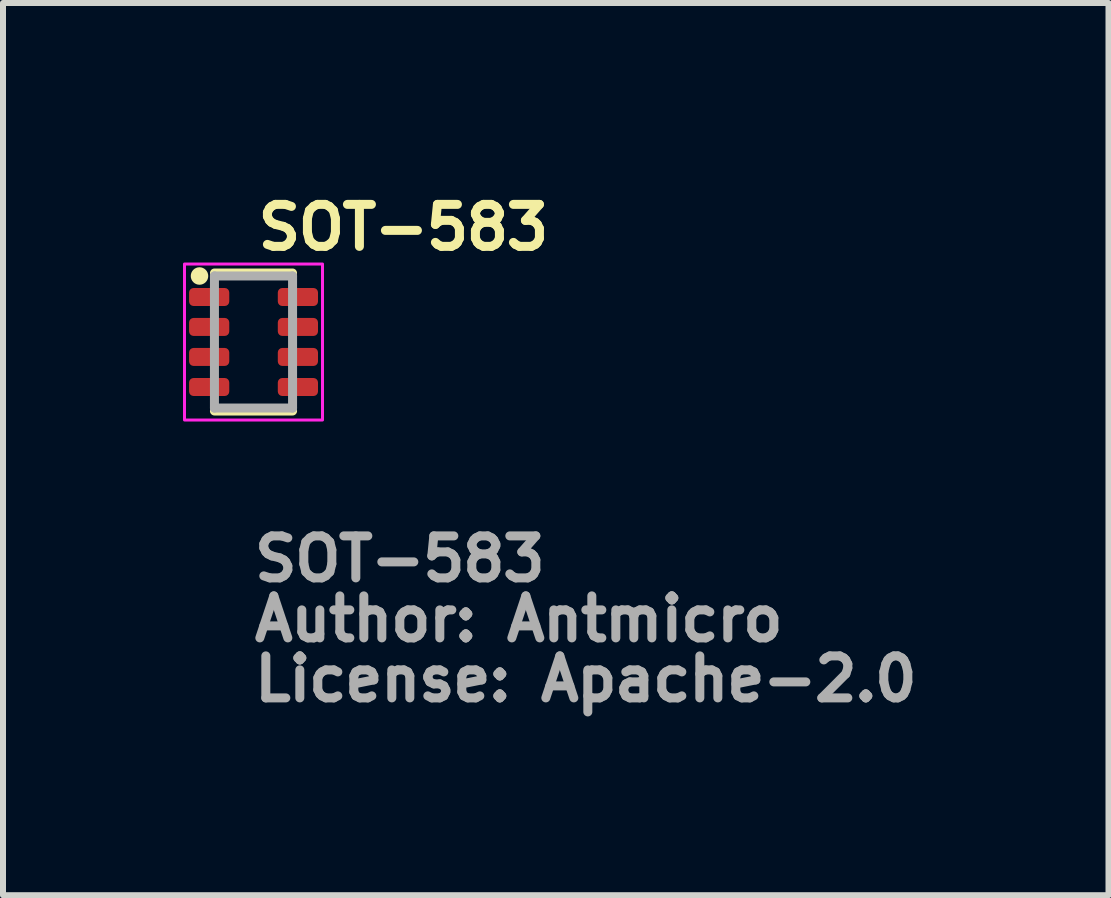
<source format=kicad_pcb>
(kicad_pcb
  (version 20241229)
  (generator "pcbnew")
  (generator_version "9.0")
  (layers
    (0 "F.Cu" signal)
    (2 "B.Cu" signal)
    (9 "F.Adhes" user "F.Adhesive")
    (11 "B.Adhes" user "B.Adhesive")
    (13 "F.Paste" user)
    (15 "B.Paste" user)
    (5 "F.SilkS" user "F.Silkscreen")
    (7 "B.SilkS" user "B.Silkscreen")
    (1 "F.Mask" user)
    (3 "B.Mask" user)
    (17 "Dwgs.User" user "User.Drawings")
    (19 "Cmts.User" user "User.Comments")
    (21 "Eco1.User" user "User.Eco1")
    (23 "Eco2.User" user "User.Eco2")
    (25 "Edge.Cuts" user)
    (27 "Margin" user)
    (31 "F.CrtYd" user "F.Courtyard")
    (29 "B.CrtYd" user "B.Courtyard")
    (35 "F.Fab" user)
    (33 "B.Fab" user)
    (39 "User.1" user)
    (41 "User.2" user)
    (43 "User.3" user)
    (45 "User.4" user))
  (footprint "SOT-583"
    (layer "F.Cu")
    (at 1.175 2.65)
    (property "Reference" "SOT-583" (at 0 -1.5 0) (layer "F.SilkS") (effects (font (size 0.7 0.7) (thickness 0.15)) (justify left bottom)))
    (attr smd)
    (fp_line (start -0.651 1.15) (end 0.651 1.15) (stroke (width 0.15) (type solid)) (layer "F.SilkS"))
    (fp_line (start -0.65 -1.15) (end 0.65 -1.15) (stroke (width 0.15) (type solid)) (layer "F.SilkS"))
    (fp_circle (center -0.9 -1.1) (end -0.85 -1.05) (stroke (width 0.15) (type solid)) (fill yes) (layer "F.SilkS"))
    (fp_rect (start -1.15 -1.3) (end 1.15 1.3) (stroke (width 0.05) (type solid)) (fill no) (layer "F.CrtYd"))
    (fp_line (start -0.651 -1.101) (end 0.651 -1.101) (stroke (width 0.15) (type solid)) (layer "F.Fab"))
    (fp_line (start -0.651 1.101) (end -0.651 -1.101) (stroke (width 0.15) (type solid)) (layer "F.Fab"))
    (fp_line (start -0.651 1.101) (end 0.651 1.101) (stroke (width 0.15) (type solid)) (layer "F.Fab"))
    (fp_line (start 0.651 1.101) (end 0.651 -1.101) (stroke (width 0.15) (type solid)) (layer "F.Fab"))
    (fp_rect (start -0.799 -1.05) (end 0.801 1.05) (stroke (width 0.1) (type solid)) (fill no) (layer "User.5"))
    (fp_line (start -0.799 -0.851) (end -0.799 -0.649) (stroke (width 0.02) (type solid)) (layer "User.9"))
    (fp_line (start -0.799 -0.649) (end -0.591 -0.649) (stroke (width 0.02) (type solid)) (layer "User.9"))
    (fp_line (start -0.799 -0.349) (end -0.799 -0.15) (stroke (width 0.02) (type solid)) (layer "User.9"))
    (fp_line (start -0.799 -0.15) (end -0.591 -0.15) (stroke (width 0.02) (type solid)) (layer "User.9"))
    (fp_line (start -0.799 0.15) (end -0.799 0.35) (stroke (width 0.02) (type solid)) (layer "User.9"))
    (fp_line (start -0.799 0.35) (end -0.591 0.35) (stroke (width 0.02) (type solid)) (layer "User.9"))
    (fp_line (start -0.799 0.65) (end -0.799 0.851) (stroke (width 0.02) (type solid)) (layer "User.9"))
    (fp_line (start -0.799 0.851) (end -0.591 0.851) (stroke (width 0.02) (type solid)) (layer "User.9"))
    (fp_line (start -0.599 -1.006) (end -0.598 -1.01) (stroke (width 0.02) (type solid)) (layer "User.9"))
    (fp_line (start -0.599 -1) (end -0.599 -1.006) (stroke (width 0.02) (type solid)) (layer "User.9"))
    (fp_line (start -0.599 -0.851) (end -0.599 -1) (stroke (width 0.02) (type solid)) (layer "User.9"))
    (fp_line (start -0.599 -0.349) (end -0.599 -0.649) (stroke (width 0.02) (type solid)) (layer "User.9"))
    (fp_line (start -0.599 0.15) (end -0.599 -0.15) (stroke (width 0.02) (type solid)) (layer "User.9"))
    (fp_line (start -0.599 0.65) (end -0.599 0.35) (stroke (width 0.02) (type solid)) (layer "User.9"))
    (fp_line (start -0.599 1) (end -0.599 0.851) (stroke (width 0.02) (type solid)) (layer "User.9"))
    (fp_line (start -0.599 1.006) (end -0.599 1) (stroke (width 0.02) (type solid)) (layer "User.9"))
    (fp_line (start -0.598 -1.012) (end -0.597 -1.014) (stroke (width 0.02) (type solid)) (layer "User.9"))
    (fp_line (start -0.598 -1.01) (end -0.598 -1.012) (stroke (width 0.02) (type solid)) (layer "User.9"))
    (fp_line (start -0.598 1.008) (end -0.599 1.006) (stroke (width 0.02) (type solid)) (layer "User.9"))
    (fp_line (start -0.598 1.012) (end -0.598 1.008) (stroke (width 0.02) (type solid)) (layer "User.9"))
    (fp_line (start -0.597 -1.016) (end -0.596 -1.02) (stroke (width 0.02) (type solid)) (layer "User.9"))
    (fp_line (start -0.597 -1.014) (end -0.597 -1.016) (stroke (width 0.02) (type solid)) (layer "User.9"))
    (fp_line (start -0.597 1.014) (end -0.598 1.012) (stroke (width 0.02) (type solid)) (layer "User.9"))
    (fp_line (start -0.597 1.016) (end -0.597 1.014) (stroke (width 0.02) (type solid)) (layer "User.9"))
    (fp_line (start -0.596 -1.02) (end -0.595 -1.022) (stroke (width 0.02) (type solid)) (layer "User.9"))
    (fp_line (start -0.596 1.018) (end -0.597 1.016) (stroke (width 0.02) (type solid)) (layer "User.9"))
    (fp_line (start -0.595 -1.024) (end -0.594 -1.026) (stroke (width 0.02) (type solid)) (layer "User.9"))
    (fp_line (start -0.595 -1.022) (end -0.595 -1.024) (stroke (width 0.02) (type solid)) (layer "User.9"))
    (fp_line (start -0.595 1.02) (end -0.596 1.018) (stroke (width 0.02) (type solid)) (layer "User.9"))
    (fp_line (start -0.595 1.022) (end -0.595 1.02) (stroke (width 0.02) (type solid)) (layer "User.9"))
    (fp_line (start -0.594 -1.026) (end -0.593 -1.028) (stroke (width 0.02) (type solid)) (layer "User.9"))
    (fp_line (start -0.594 1.024) (end -0.595 1.022) (stroke (width 0.02) (type solid)) (layer "User.9"))
    (fp_line (start -0.593 -1.028) (end -0.592 -1.03) (stroke (width 0.02) (type solid)) (layer "User.9"))
    (fp_line (start -0.593 1.026) (end -0.594 1.024) (stroke (width 0.02) (type solid)) (layer "User.9"))
    (fp_line (start -0.592 -1.03) (end -0.59 -1.032) (stroke (width 0.02) (type solid)) (layer "User.9"))
    (fp_line (start -0.592 1.028) (end -0.593 1.026) (stroke (width 0.02) (type solid)) (layer "User.9"))
    (fp_line (start -0.591 -0.851) (end -0.799 -0.851) (stroke (width 0.02) (type solid)) (layer "User.9"))
    (fp_line (start -0.591 -0.649) (end -0.591 -0.851) (stroke (width 0.02) (type solid)) (layer "User.9"))
    (fp_line (start -0.591 -0.349) (end -0.799 -0.349) (stroke (width 0.02) (type solid)) (layer "User.9"))
    (fp_line (start -0.591 -0.15) (end -0.591 -0.349) (stroke (width 0.02) (type solid)) (layer "User.9"))
    (fp_line (start -0.591 0.15) (end -0.799 0.15) (stroke (width 0.02) (type solid)) (layer "User.9"))
    (fp_line (start -0.591 0.35) (end -0.591 0.15) (stroke (width 0.02) (type solid)) (layer "User.9"))
    (fp_line (start -0.591 0.65) (end -0.799 0.65) (stroke (width 0.02) (type solid)) (layer "User.9"))
    (fp_line (start -0.591 0.851) (end -0.591 0.65) (stroke (width 0.02) (type solid)) (layer "User.9"))
    (fp_line (start -0.59 -1.032) (end -0.589 -1.034) (stroke (width 0.02) (type solid)) (layer "User.9"))
    (fp_line (start -0.59 1.03) (end -0.592 1.028) (stroke (width 0.02) (type solid)) (layer "User.9"))
    (fp_line (start -0.589 -1.034) (end -0.588 -1.036) (stroke (width 0.02) (type solid)) (layer "User.9"))
    (fp_line (start -0.589 1.032) (end -0.59 1.03) (stroke (width 0.02) (type solid)) (layer "User.9"))
    (fp_line (start -0.588 -1.036) (end -0.586 -1.036) (stroke (width 0.02) (type solid)) (layer "User.9"))
    (fp_line (start -0.588 1.034) (end -0.589 1.032) (stroke (width 0.02) (type solid)) (layer "User.9"))
    (fp_line (start -0.586 -1.036) (end -0.585 -1.038) (stroke (width 0.02) (type solid)) (layer "User.9"))
    (fp_line (start -0.586 1.036) (end -0.588 1.034) (stroke (width 0.02) (type solid)) (layer "User.9"))
    (fp_line (start -0.585 -1.038) (end -0.583 -1.038) (stroke (width 0.02) (type solid)) (layer "User.9"))
    (fp_line (start -0.585 1.038) (end -0.586 1.036) (stroke (width 0.02) (type solid)) (layer "User.9"))
    (fp_line (start -0.583 -1.038) (end -0.581 -1.04) (stroke (width 0.02) (type solid)) (layer "User.9"))
    (fp_line (start -0.583 1.038) (end -0.585 1.038) (stroke (width 0.02) (type solid)) (layer "User.9"))
    (fp_line (start -0.581 -1.04) (end -0.578 -1.042) (stroke (width 0.02) (type solid)) (layer "User.9"))
    (fp_line (start -0.581 1.04) (end -0.583 1.038) (stroke (width 0.02) (type solid)) (layer "User.9"))
    (fp_line (start -0.578 -1.042) (end -0.576 -1.042) (stroke (width 0.02) (type solid)) (layer "User.9"))
    (fp_line (start -0.578 1.042) (end -0.581 1.04) (stroke (width 0.02) (type solid)) (layer "User.9"))
    (fp_line (start -0.576 -1.042) (end -0.574 -1.044) (stroke (width 0.02) (type solid)) (layer "User.9"))
    (fp_line (start -0.576 1.042) (end -0.578 1.042) (stroke (width 0.02) (type solid)) (layer "User.9"))
    (fp_line (start -0.574 -1.044) (end -0.572 -1.044) (stroke (width 0.02) (type solid)) (layer "User.9"))
    (fp_line (start -0.574 1.042) (end -0.576 1.042) (stroke (width 0.02) (type solid)) (layer "User.9"))
    (fp_line (start -0.572 -1.044) (end -0.57 -1.046) (stroke (width 0.02) (type solid)) (layer "User.9"))
    (fp_line (start -0.572 1.044) (end -0.574 1.042) (stroke (width 0.02) (type solid)) (layer "User.9"))
    (fp_line (start -0.57 -1.046) (end -0.568 -1.046) (stroke (width 0.02) (type solid)) (layer "User.9"))
    (fp_line (start -0.57 1.044) (end -0.572 1.044) (stroke (width 0.02) (type solid)) (layer "User.9"))
    (fp_line (start -0.568 -1.046) (end -0.565 -1.048) (stroke (width 0.02) (type solid)) (layer "User.9"))
    (fp_line (start -0.568 1.046) (end -0.57 1.044) (stroke (width 0.02) (type solid)) (layer "User.9"))
    (fp_line (start -0.565 -1.048) (end -0.564 -1.048) (stroke (width 0.02) (type solid)) (layer "User.9"))
    (fp_line (start -0.565 1.046) (end -0.568 1.046) (stroke (width 0.02) (type solid)) (layer "User.9"))
    (fp_line (start -0.564 -1.048) (end -0.562 -1.048) (stroke (width 0.02) (type solid)) (layer "User.9"))
    (fp_line (start -0.564 1.046) (end -0.565 1.046) (stroke (width 0.02) (type solid)) (layer "User.9"))
    (fp_line (start -0.562 -1.048) (end -0.559 -1.048) (stroke (width 0.02) (type solid)) (layer "User.9"))
    (fp_line (start -0.562 1.048) (end -0.564 1.046) (stroke (width 0.02) (type solid)) (layer "User.9"))
    (fp_line (start -0.559 -1.048) (end -0.556 -1.05) (stroke (width 0.02) (type solid)) (layer "User.9"))
    (fp_line (start -0.559 1.048) (end -0.562 1.048) (stroke (width 0.02) (type solid)) (layer "User.9"))
    (fp_line (start -0.556 -1.05) (end -0.551 -1.05) (stroke (width 0.02) (type solid)) (layer "User.9"))
    (fp_line (start -0.556 1.048) (end -0.559 1.048) (stroke (width 0.02) (type solid)) (layer "User.9"))
    (fp_line (start -0.554 -0.962) (end -0.554 -0.959) (stroke (width 0.02) (type solid)) (layer "User.9"))
    (fp_line (start -0.554 -0.959) (end -0.554 -0.958) (stroke (width 0.02) (type solid)) (layer "User.9"))
    (fp_line (start -0.554 -0.958) (end -0.554 -0.955) (stroke (width 0.02) (type solid)) (layer "User.9"))
    (fp_line (start -0.553 -0.967) (end -0.553 -0.964) (stroke (width 0.02) (type solid)) (layer "User.9"))
    (fp_line (start -0.553 -0.964) (end -0.554 -0.962) (stroke (width 0.02) (type solid)) (layer "User.9"))
    (fp_line (start -0.552 -0.969) (end -0.553 -0.967) (stroke (width 0.02) (type solid)) (layer "User.9"))
    (fp_line (start -0.551 -0.971) (end -0.552 -0.969) (stroke (width 0.02) (type solid)) (layer "User.9"))
    (fp_line (start -0.551 1.05) (end -0.556 1.048) (stroke (width 0.02) (type solid)) (layer "User.9"))
    (fp_line (start -0.55 -0.974) (end -0.551 -0.971) (stroke (width 0.02) (type solid)) (layer "User.9"))
    (fp_line (start -0.549 -0.977) (end -0.55 -0.974) (stroke (width 0.02) (type solid)) (layer "User.9"))
    (fp_line (start -0.547 -0.979) (end -0.549 -0.977) (stroke (width 0.02) (type solid)) (layer "User.9"))
    (fp_line (start -0.546 -0.981) (end -0.547 -0.979) (stroke (width 0.02) (type solid)) (layer "User.9"))
    (fp_line (start -0.545 -0.983) (end -0.546 -0.981) (stroke (width 0.02) (type solid)) (layer "User.9"))
    (fp_line (start -0.543 -0.985) (end -0.545 -0.983) (stroke (width 0.02) (type solid)) (layer "User.9"))
    (fp_line (start -0.542 -0.987) (end -0.543 -0.985) (stroke (width 0.02) (type solid)) (layer "User.9"))
    (fp_line (start -0.54 -0.989) (end -0.542 -0.987) (stroke (width 0.02) (type solid)) (layer "User.9"))
    (fp_line (start -0.538 -0.99) (end -0.54 -0.989) (stroke (width 0.02) (type solid)) (layer "User.9"))
    (fp_line (start -0.537 -0.991) (end -0.538 -0.99) (stroke (width 0.02) (type solid)) (layer "User.9"))
    (fp_line (start -0.535 -0.993) (end -0.537 -0.991) (stroke (width 0.02) (type solid)) (layer "User.9"))
    (fp_line (start -0.533 -0.994) (end -0.535 -0.993) (stroke (width 0.02) (type solid)) (layer "User.9"))
    (fp_line (start -0.531 -0.996) (end -0.533 -0.994) (stroke (width 0.02) (type solid)) (layer "User.9"))
    (fp_line (start -0.53 -0.997) (end -0.531 -0.996) (stroke (width 0.02) (type solid)) (layer "User.9"))
    (fp_line (start -0.528 -0.998) (end -0.53 -0.997) (stroke (width 0.02) (type solid)) (layer "User.9"))
    (fp_line (start -0.526 -0.999) (end -0.528 -0.998) (stroke (width 0.02) (type solid)) (layer "User.9"))
    (fp_line (start -0.524 -1) (end -0.526 -0.999) (stroke (width 0.02) (type solid)) (layer "User.9"))
    (fp_line (start -0.521 -1) (end -0.524 -1) (stroke (width 0.02) (type solid)) (layer "User.9"))
    (fp_line (start -0.519 -1.002) (end -0.521 -1) (stroke (width 0.02) (type solid)) (layer "User.9"))
    (fp_line (start -0.517 -1.002) (end -0.519 -1.002) (stroke (width 0.02) (type solid)) (layer "User.9"))
    (fp_line (start -0.513 -1.002) (end -0.517 -1.002) (stroke (width 0.02) (type solid)) (layer "User.9"))
    (fp_line (start -0.511 -1.004) (end -0.513 -1.002) (stroke (width 0.02) (type solid)) (layer "User.9"))
    (fp_line (start -0.508 -1.004) (end -0.511 -1.004) (stroke (width 0.02) (type solid)) (layer "User.9"))
    (fp_line (start -0.506 -1.004) (end -0.508 -1.004) (stroke (width 0.02) (type solid)) (layer "User.9"))
    (fp_line (start -0.503 -1.004) (end -0.506 -1.004) (stroke (width 0.02) (type solid)) (layer "User.9"))
    (fp_line (start -0.503 -0.955) (end -0.503 -1.004) (stroke (width 0.02) (type solid)) (layer "User.9"))
    (fp_line (start -0.503 0.954) (end -0.554 0.954) (stroke (width 0.02) (type solid)) (layer "User.9"))
    (fp_line (start -0.503 1.004) (end -0.503 0.954) (stroke (width 0.02) (type solid)) (layer "User.9"))
    (fp_line (start 0.504 -0.955) (end 0.553 -0.955) (stroke (width 0.02) (type solid)) (layer "User.9"))
    (fp_line (start 0.504 0.954) (end 0.504 1.004) (stroke (width 0.02) (type solid)) (layer "User.9"))
    (fp_line (start 0.504 1.004) (end 0.506 1.004) (stroke (width 0.02) (type solid)) (layer "User.9"))
    (fp_line (start 0.506 -1.004) (end 0.504 -1.004) (stroke (width 0.02) (type solid)) (layer "User.9"))
    (fp_line (start 0.506 1.004) (end 0.508 1.004) (stroke (width 0.02) (type solid)) (layer "User.9"))
    (fp_line (start 0.508 -1.004) (end 0.506 -1.004) (stroke (width 0.02) (type solid)) (layer "User.9"))
    (fp_line (start 0.508 1.004) (end 0.512 1.004) (stroke (width 0.02) (type solid)) (layer "User.9"))
    (fp_line (start 0.512 -1.004) (end 0.508 -1.004) (stroke (width 0.02) (type solid)) (layer "User.9"))
    (fp_line (start 0.512 1.004) (end 0.514 1.002) (stroke (width 0.02) (type solid)) (layer "User.9"))
    (fp_line (start 0.514 -1.002) (end 0.512 -1.004) (stroke (width 0.02) (type solid)) (layer "User.9"))
    (fp_line (start 0.514 1.002) (end 0.516 1.002) (stroke (width 0.02) (type solid)) (layer "User.9"))
    (fp_line (start 0.516 -1.002) (end 0.514 -1.002) (stroke (width 0.02) (type solid)) (layer "User.9"))
    (fp_line (start 0.516 1.002) (end 0.518 1.002) (stroke (width 0.02) (type solid)) (layer "User.9"))
    (fp_line (start 0.518 -1.002) (end 0.516 -1.002) (stroke (width 0.02) (type solid)) (layer "User.9"))
    (fp_line (start 0.518 1.002) (end 0.52 1) (stroke (width 0.02) (type solid)) (layer "User.9"))
    (fp_line (start 0.52 -1) (end 0.518 -1.002) (stroke (width 0.02) (type solid)) (layer "User.9"))
    (fp_line (start 0.52 1) (end 0.524 1) (stroke (width 0.02) (type solid)) (layer "User.9"))
    (fp_line (start 0.524 -1) (end 0.52 -1) (stroke (width 0.02) (type solid)) (layer "User.9"))
    (fp_line (start 0.524 1) (end 0.526 0.998) (stroke (width 0.02) (type solid)) (layer "User.9"))
    (fp_line (start 0.526 -0.999) (end 0.524 -1) (stroke (width 0.02) (type solid)) (layer "User.9"))
    (fp_line (start 0.526 0.998) (end 0.528 0.998) (stroke (width 0.02) (type solid)) (layer "User.9"))
    (fp_line (start 0.528 -0.998) (end 0.526 -0.999) (stroke (width 0.02) (type solid)) (layer "User.9"))
    (fp_line (start 0.528 0.998) (end 0.53 0.996) (stroke (width 0.02) (type solid)) (layer "User.9"))
    (fp_line (start 0.53 -0.997) (end 0.528 -0.998) (stroke (width 0.02) (type solid)) (layer "User.9"))
    (fp_line (start 0.53 0.996) (end 0.532 0.996) (stroke (width 0.02) (type solid)) (layer "User.9"))
    (fp_line (start 0.532 -0.996) (end 0.53 -0.997) (stroke (width 0.02) (type solid)) (layer "User.9"))
    (fp_line (start 0.532 0.996) (end 0.534 0.994) (stroke (width 0.02) (type solid)) (layer "User.9"))
    (fp_line (start 0.534 -0.994) (end 0.532 -0.996) (stroke (width 0.02) (type solid)) (layer "User.9"))
    (fp_line (start 0.534 0.994) (end 0.536 0.992) (stroke (width 0.02) (type solid)) (layer "User.9"))
    (fp_line (start 0.536 -0.993) (end 0.534 -0.994) (stroke (width 0.02) (type solid)) (layer "User.9"))
    (fp_line (start 0.536 0.992) (end 0.538 0.99) (stroke (width 0.02) (type solid)) (layer "User.9"))
    (fp_line (start 0.538 -0.991) (end 0.536 -0.993) (stroke (width 0.02) (type solid)) (layer "User.9"))
    (fp_line (start 0.538 -0.99) (end 0.538 -0.991) (stroke (width 0.02) (type solid)) (layer "User.9"))
    (fp_line (start 0.538 0.988) (end 0.541 0.988) (stroke (width 0.02) (type solid)) (layer "User.9"))
    (fp_line (start 0.538 0.99) (end 0.538 0.988) (stroke (width 0.02) (type solid)) (layer "User.9"))
    (fp_line (start 0.541 -0.989) (end 0.538 -0.99) (stroke (width 0.02) (type solid)) (layer "User.9"))
    (fp_line (start 0.541 0.988) (end 0.543 0.986) (stroke (width 0.02) (type solid)) (layer "User.9"))
    (fp_line (start 0.543 -0.987) (end 0.541 -0.989) (stroke (width 0.02) (type solid)) (layer "User.9"))
    (fp_line (start 0.543 -0.985) (end 0.543 -0.987) (stroke (width 0.02) (type solid)) (layer "User.9"))
    (fp_line (start 0.543 0.984) (end 0.545 0.982) (stroke (width 0.02) (type solid)) (layer "User.9"))
    (fp_line (start 0.543 0.986) (end 0.543 0.984) (stroke (width 0.02) (type solid)) (layer "User.9"))
    (fp_line (start 0.545 -0.983) (end 0.543 -0.985) (stroke (width 0.02) (type solid)) (layer "User.9"))
    (fp_line (start 0.545 0.982) (end 0.547 0.98) (stroke (width 0.02) (type solid)) (layer "User.9"))
    (fp_line (start 0.547 -0.981) (end 0.545 -0.983) (stroke (width 0.02) (type solid)) (layer "User.9"))
    (fp_line (start 0.547 -0.979) (end 0.547 -0.981) (stroke (width 0.02) (type solid)) (layer "User.9"))
    (fp_line (start 0.547 0.978) (end 0.549 0.976) (stroke (width 0.02) (type solid)) (layer "User.9"))
    (fp_line (start 0.547 0.98) (end 0.547 0.978) (stroke (width 0.02) (type solid)) (layer "User.9"))
    (fp_line (start 0.549 -0.977) (end 0.547 -0.979) (stroke (width 0.02) (type solid)) (layer "User.9"))
    (fp_line (start 0.549 -0.974) (end 0.549 -0.977) (stroke (width 0.02) (type solid)) (layer "User.9"))
    (fp_line (start 0.549 0.974) (end 0.551 0.97) (stroke (width 0.02) (type solid)) (layer "User.9"))
    (fp_line (start 0.549 0.976) (end 0.549 0.974) (stroke (width 0.02) (type solid)) (layer "User.9"))
    (fp_line (start 0.551 -1.05) (end -0.551 -1.05) (stroke (width 0.02) (type solid)) (layer "User.9"))
    (fp_line (start 0.551 -1.05) (end 0.555 -1.05) (stroke (width 0.02) (type solid)) (layer "User.9"))
    (fp_line (start 0.551 -0.971) (end 0.549 -0.974) (stroke (width 0.02) (type solid)) (layer "User.9"))
    (fp_line (start 0.551 -0.969) (end 0.551 -0.971) (stroke (width 0.02) (type solid)) (layer "User.9"))
    (fp_line (start 0.551 0.968) (end 0.553 0.966) (stroke (width 0.02) (type solid)) (layer "User.9"))
    (fp_line (start 0.551 0.97) (end 0.551 0.968) (stroke (width 0.02) (type solid)) (layer "User.9"))
    (fp_line (start 0.551 1.05) (end -0.551 1.05) (stroke (width 0.02) (type solid)) (layer "User.9"))
    (fp_line (start 0.553 -0.967) (end 0.551 -0.969) (stroke (width 0.02) (type solid)) (layer "User.9"))
    (fp_line (start 0.553 -0.964) (end 0.553 -0.967) (stroke (width 0.02) (type solid)) (layer "User.9"))
    (fp_line (start 0.553 -0.962) (end 0.553 -0.964) (stroke (width 0.02) (type solid)) (layer "User.9"))
    (fp_line (start 0.553 -0.959) (end 0.553 -0.962) (stroke (width 0.02) (type solid)) (layer "User.9"))
    (fp_line (start 0.553 -0.958) (end 0.553 -0.959) (stroke (width 0.02) (type solid)) (layer "User.9"))
    (fp_line (start 0.553 -0.955) (end 0.553 -0.958) (stroke (width 0.02) (type solid)) (layer "User.9"))
    (fp_line (start 0.553 0.956) (end 0.553 0.954) (stroke (width 0.02) (type solid)) (layer "User.9"))
    (fp_line (start 0.553 0.958) (end 0.553 0.956) (stroke (width 0.02) (type solid)) (layer "User.9"))
    (fp_line (start 0.553 0.962) (end 0.553 0.958) (stroke (width 0.02) (type solid)) (layer "User.9"))
    (fp_line (start 0.553 0.964) (end 0.553 0.962) (stroke (width 0.02) (type solid)) (layer "User.9"))
    (fp_line (start 0.553 0.966) (end 0.553 0.964) (stroke (width 0.02) (type solid)) (layer "User.9"))
    (fp_line (start 0.555 -1.05) (end 0.559 -1.048) (stroke (width 0.02) (type solid)) (layer "User.9"))
    (fp_line (start 0.555 1.048) (end 0.551 1.05) (stroke (width 0.02) (type solid)) (layer "User.9"))
    (fp_line (start 0.559 -1.048) (end 0.561 -1.048) (stroke (width 0.02) (type solid)) (layer "User.9"))
    (fp_line (start 0.559 1.048) (end 0.555 1.048) (stroke (width 0.02) (type solid)) (layer "User.9"))
    (fp_line (start 0.561 -1.048) (end 0.563 -1.048) (stroke (width 0.02) (type solid)) (layer "User.9"))
    (fp_line (start 0.561 1.048) (end 0.559 1.048) (stroke (width 0.02) (type solid)) (layer "User.9"))
    (fp_line (start 0.563 -1.048) (end 0.565 -1.048) (stroke (width 0.02) (type solid)) (layer "User.9"))
    (fp_line (start 0.563 1.046) (end 0.561 1.048) (stroke (width 0.02) (type solid)) (layer "User.9"))
    (fp_line (start 0.565 -1.048) (end 0.569 -1.046) (stroke (width 0.02) (type solid)) (layer "User.9"))
    (fp_line (start 0.565 1.046) (end 0.563 1.046) (stroke (width 0.02) (type solid)) (layer "User.9"))
    (fp_line (start 0.569 -1.046) (end 0.571 -1.046) (stroke (width 0.02) (type solid)) (layer "User.9"))
    (fp_line (start 0.569 1.046) (end 0.565 1.046) (stroke (width 0.02) (type solid)) (layer "User.9"))
    (fp_line (start 0.571 -1.046) (end 0.573 -1.044) (stroke (width 0.02) (type solid)) (layer "User.9"))
    (fp_line (start 0.571 1.044) (end 0.569 1.046) (stroke (width 0.02) (type solid)) (layer "User.9"))
    (fp_line (start 0.573 -1.044) (end 0.575 -1.044) (stroke (width 0.02) (type solid)) (layer "User.9"))
    (fp_line (start 0.573 1.044) (end 0.571 1.044) (stroke (width 0.02) (type solid)) (layer "User.9"))
    (fp_line (start 0.575 -1.044) (end 0.577 -1.042) (stroke (width 0.02) (type solid)) (layer "User.9"))
    (fp_line (start 0.575 1.042) (end 0.573 1.044) (stroke (width 0.02) (type solid)) (layer "User.9"))
    (fp_line (start 0.577 -1.042) (end 0.579 -1.042) (stroke (width 0.02) (type solid)) (layer "User.9"))
    (fp_line (start 0.577 1.042) (end 0.575 1.042) (stroke (width 0.02) (type solid)) (layer "User.9"))
    (fp_line (start 0.579 -1.042) (end 0.581 -1.04) (stroke (width 0.02) (type solid)) (layer "User.9"))
    (fp_line (start 0.579 1.042) (end 0.577 1.042) (stroke (width 0.02) (type solid)) (layer "User.9"))
    (fp_line (start 0.581 -1.04) (end 0.583 -1.038) (stroke (width 0.02) (type solid)) (layer "User.9"))
    (fp_line (start 0.581 1.04) (end 0.579 1.042) (stroke (width 0.02) (type solid)) (layer "User.9"))
    (fp_line (start 0.583 -1.038) (end 0.585 -1.038) (stroke (width 0.02) (type solid)) (layer "User.9"))
    (fp_line (start 0.583 1.038) (end 0.581 1.04) (stroke (width 0.02) (type solid)) (layer "User.9"))
    (fp_line (start 0.585 -1.038) (end 0.585 -1.036) (stroke (width 0.02) (type solid)) (layer "User.9"))
    (fp_line (start 0.585 -1.036) (end 0.587 -1.036) (stroke (width 0.02) (type solid)) (layer "User.9"))
    (fp_line (start 0.585 1.036) (end 0.585 1.038) (stroke (width 0.02) (type solid)) (layer "User.9"))
    (fp_line (start 0.585 1.038) (end 0.583 1.038) (stroke (width 0.02) (type solid)) (layer "User.9"))
    (fp_line (start 0.587 -1.036) (end 0.589 -1.034) (stroke (width 0.02) (type solid)) (layer "User.9"))
    (fp_line (start 0.587 1.034) (end 0.585 1.036) (stroke (width 0.02) (type solid)) (layer "User.9"))
    (fp_line (start 0.589 -1.034) (end 0.589 -1.032) (stroke (width 0.02) (type solid)) (layer "User.9"))
    (fp_line (start 0.589 -1.032) (end 0.591 -1.03) (stroke (width 0.02) (type solid)) (layer "User.9"))
    (fp_line (start 0.589 1.03) (end 0.589 1.032) (stroke (width 0.02) (type solid)) (layer "User.9"))
    (fp_line (start 0.589 1.032) (end 0.587 1.034) (stroke (width 0.02) (type solid)) (layer "User.9"))
    (fp_line (start 0.591 -1.03) (end 0.593 -1.028) (stroke (width 0.02) (type solid)) (layer "User.9"))
    (fp_line (start 0.591 -0.851) (end 0.801 -0.851) (stroke (width 0.02) (type solid)) (layer "User.9"))
    (fp_line (start 0.591 -0.649) (end 0.591 -0.851) (stroke (width 0.02) (type solid)) (layer "User.9"))
    (fp_line (start 0.591 -0.349) (end 0.801 -0.349) (stroke (width 0.02) (type solid)) (layer "User.9"))
    (fp_line (start 0.591 -0.15) (end 0.591 -0.349) (stroke (width 0.02) (type solid)) (layer "User.9"))
    (fp_line (start 0.591 0.15) (end 0.801 0.15) (stroke (width 0.02) (type solid)) (layer "User.9"))
    (fp_line (start 0.591 0.35) (end 0.591 0.15) (stroke (width 0.02) (type solid)) (layer "User.9"))
    (fp_line (start 0.591 0.65) (end 0.801 0.65) (stroke (width 0.02) (type solid)) (layer "User.9"))
    (fp_line (start 0.591 0.851) (end 0.591 0.65) (stroke (width 0.02) (type solid)) (layer "User.9"))
    (fp_line (start 0.591 1.028) (end 0.589 1.03) (stroke (width 0.02) (type solid)) (layer "User.9"))
    (fp_line (start 0.593 -1.028) (end 0.593 -1.026) (stroke (width 0.02) (type solid)) (layer "User.9"))
    (fp_line (start 0.593 -1.026) (end 0.595 -1.024) (stroke (width 0.02) (type solid)) (layer "User.9"))
    (fp_line (start 0.593 1.024) (end 0.593 1.026) (stroke (width 0.02) (type solid)) (layer "User.9"))
    (fp_line (start 0.593 1.026) (end 0.591 1.028) (stroke (width 0.02) (type solid)) (layer "User.9"))
    (fp_line (start 0.595 -1.024) (end 0.595 -1.022) (stroke (width 0.02) (type solid)) (layer "User.9"))
    (fp_line (start 0.595 -1.022) (end 0.597 -1.02) (stroke (width 0.02) (type solid)) (layer "User.9"))
    (fp_line (start 0.595 1.02) (end 0.595 1.022) (stroke (width 0.02) (type solid)) (layer "User.9"))
    (fp_line (start 0.595 1.022) (end 0.593 1.024) (stroke (width 0.02) (type solid)) (layer "User.9"))
    (fp_line (start 0.597 -1.02) (end 0.597 -1.016) (stroke (width 0.02) (type solid)) (layer "User.9"))
    (fp_line (start 0.597 -1.016) (end 0.597 -1.014) (stroke (width 0.02) (type solid)) (layer "User.9"))
    (fp_line (start 0.597 -1.014) (end 0.599 -1.012) (stroke (width 0.02) (type solid)) (layer "User.9"))
    (fp_line (start 0.597 1.014) (end 0.597 1.016) (stroke (width 0.02) (type solid)) (layer "User.9"))
    (fp_line (start 0.597 1.016) (end 0.597 1.018) (stroke (width 0.02) (type solid)) (layer "User.9"))
    (fp_line (start 0.597 1.018) (end 0.595 1.02) (stroke (width 0.02) (type solid)) (layer "User.9"))
    (fp_line (start 0.599 -1.012) (end 0.599 -1.01) (stroke (width 0.02) (type solid)) (layer "User.9"))
    (fp_line (start 0.599 -1.01) (end 0.599 -1.006) (stroke (width 0.02) (type solid)) (layer "User.9"))
    (fp_line (start 0.599 -1.006) (end 0.601 -1) (stroke (width 0.02) (type solid)) (layer "User.9"))
    (fp_line (start 0.599 1.006) (end 0.599 1.008) (stroke (width 0.02) (type solid)) (layer "User.9"))
    (fp_line (start 0.599 1.008) (end 0.599 1.012) (stroke (width 0.02) (type solid)) (layer "User.9"))
    (fp_line (start 0.599 1.012) (end 0.597 1.014) (stroke (width 0.02) (type solid)) (layer "User.9"))
    (fp_line (start 0.601 -0.851) (end 0.601 -1) (stroke (width 0.02) (type solid)) (layer "User.9"))
    (fp_line (start 0.601 -0.349) (end 0.601 -0.649) (stroke (width 0.02) (type solid)) (layer "User.9"))
    (fp_line (start 0.601 0.15) (end 0.601 -0.15) (stroke (width 0.02) (type solid)) (layer "User.9"))
    (fp_line (start 0.601 0.65) (end 0.601 0.35) (stroke (width 0.02) (type solid)) (layer "User.9"))
    (fp_line (start 0.601 1) (end 0.599 1.006) (stroke (width 0.02) (type solid)) (layer "User.9"))
    (fp_line (start 0.601 1) (end 0.601 0.851) (stroke (width 0.02) (type solid)) (layer "User.9"))
    (fp_line (start 0.801 -0.851) (end 0.801 -0.649) (stroke (width 0.02) (type solid)) (layer "User.9"))
    (fp_line (start 0.801 -0.649) (end 0.591 -0.649) (stroke (width 0.02) (type solid)) (layer "User.9"))
    (fp_line (start 0.801 -0.349) (end 0.801 -0.15) (stroke (width 0.02) (type solid)) (layer "User.9"))
    (fp_line (start 0.801 -0.15) (end 0.591 -0.15) (stroke (width 0.02) (type solid)) (layer "User.9"))
    (fp_line (start 0.801 0.15) (end 0.801 0.35) (stroke (width 0.02) (type solid)) (layer "User.9"))
    (fp_line (start 0.801 0.35) (end 0.591 0.35) (stroke (width 0.02) (type solid)) (layer "User.9"))
    (fp_line (start 0.801 0.65) (end 0.801 0.851) (stroke (width 0.02) (type solid)) (layer "User.9"))
    (fp_line (start 0.801 0.851) (end 0.591 0.851) (stroke (width 0.02) (type solid)) (layer "User.9"))
    (fp_text user "License: Apache-2.0" (at -0.06 6.025 0) (layer "F.Fab") (effects (font (size 0.7 0.7) (thickness 0.15)) (justify left bottom)))
    (fp_text user "${REFERENCE}" (at -0.06 4.025 0) (layer "F.Fab") (effects (font (size 0.7 0.7) (thickness 0.15)) (justify left bottom)))
    (fp_text user "Author: Antmicro" (at -0.06 5.025 0) (layer "F.Fab") (effects (font (size 0.7 0.7) (thickness 0.15)) (justify left bottom)))
    (pad "1" smd roundrect (at -0.739 -0.75) (size 0.67 0.3) (layers "F.Cu" "F.Mask" "F.Paste") (roundrect_rratio 0.25))
    (pad "2" smd roundrect (at -0.739 -0.251) (size 0.67 0.3) (layers "F.Cu" "F.Mask" "F.Paste") (roundrect_rratio 0.25))
    (pad "3" smd roundrect (at -0.739 0.249) (size 0.67 0.3) (layers "F.Cu" "F.Mask" "F.Paste") (roundrect_rratio 0.25))
    (pad "4" smd roundrect (at -0.739 0.75) (size 0.67 0.3) (layers "F.Cu" "F.Mask" "F.Paste") (roundrect_rratio 0.25))
    (pad "5" smd roundrect (at 0.74 0.75) (size 0.67 0.3) (layers "F.Cu" "F.Mask" "F.Paste") (roundrect_rratio 0.25))
    (pad "6" smd roundrect (at 0.74 0.249) (size 0.67 0.3) (layers "F.Cu" "F.Mask" "F.Paste") (roundrect_rratio 0.25))
    (pad "7" smd roundrect (at 0.74 -0.251) (size 0.67 0.3) (layers "F.Cu" "F.Mask" "F.Paste") (roundrect_rratio 0.25))
    (pad "8" smd roundrect (at 0.74 -0.75) (size 0.67 0.3) (layers "F.Cu" "F.Mask" "F.Paste") (roundrect_rratio 0.25)))
  (gr_rect
    (start -3 -3)
    (end 15.425 11.87)
    (stroke (width 0.1) (type default))
    (fill no)
    (layer "Edge.Cuts")))
</source>
